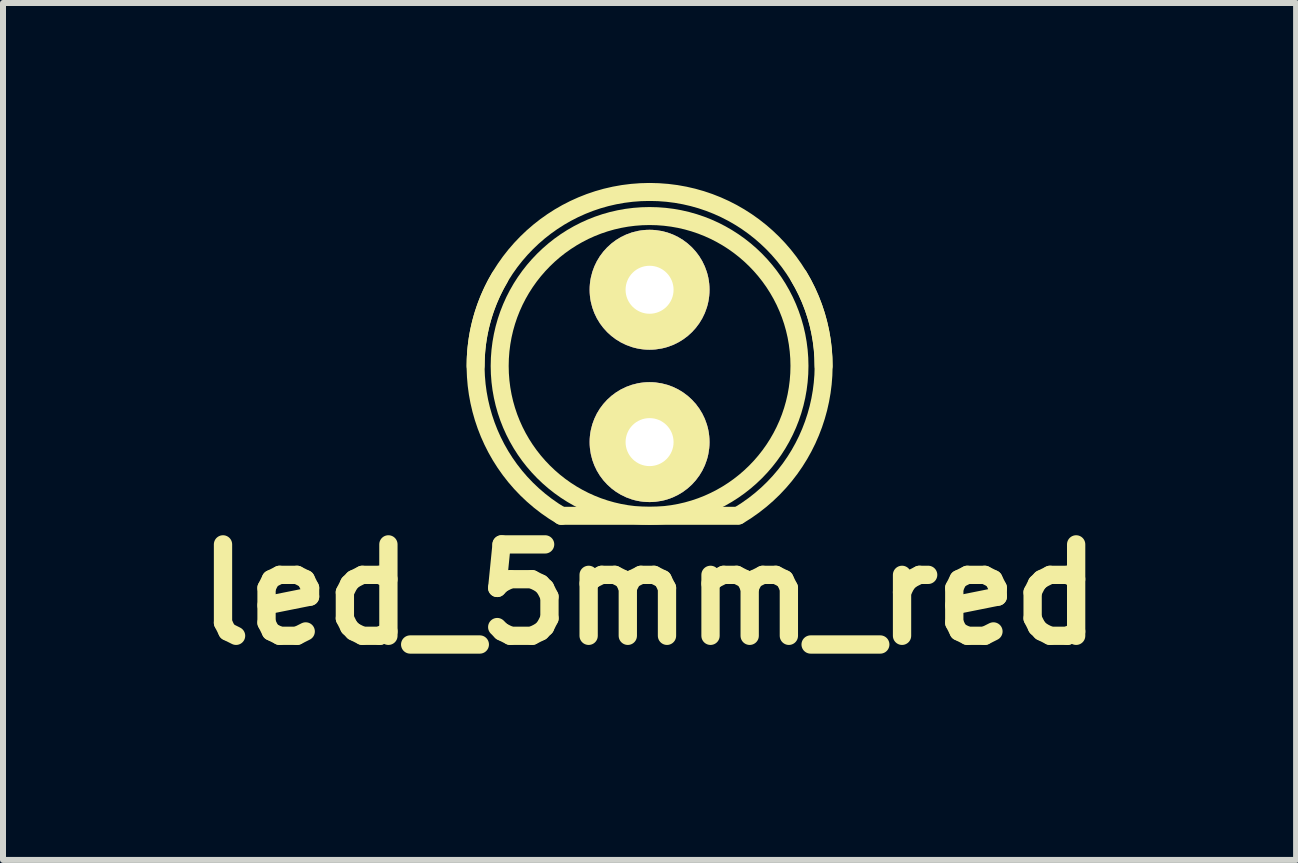
<source format=kicad_pcb>
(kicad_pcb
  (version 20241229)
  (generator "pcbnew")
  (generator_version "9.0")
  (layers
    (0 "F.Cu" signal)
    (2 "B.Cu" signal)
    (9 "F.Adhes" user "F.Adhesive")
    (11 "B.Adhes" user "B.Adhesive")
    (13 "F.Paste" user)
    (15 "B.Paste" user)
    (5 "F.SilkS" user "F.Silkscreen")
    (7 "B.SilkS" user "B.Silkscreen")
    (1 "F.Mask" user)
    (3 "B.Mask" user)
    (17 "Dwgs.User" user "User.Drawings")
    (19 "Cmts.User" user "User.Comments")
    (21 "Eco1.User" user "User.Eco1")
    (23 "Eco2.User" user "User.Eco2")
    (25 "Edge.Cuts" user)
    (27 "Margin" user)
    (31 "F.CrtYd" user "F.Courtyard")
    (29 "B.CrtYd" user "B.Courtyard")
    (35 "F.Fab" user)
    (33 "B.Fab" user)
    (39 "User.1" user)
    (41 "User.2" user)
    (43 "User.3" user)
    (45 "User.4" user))
  (footprint "led_5mm_red"
    (layer "F.Cu")
    (at 7.78 3.051)
    (property "Reference" "led_5mm_red" (at 0 3.81 0) (layer "F.SilkS") (effects (font (size 1.524 1.524) (thickness 0.305))))
    (attr through_hole)
    (fp_line (start -1.471 2.499) (end 1.471 2.499) (stroke (width 0.3) (type solid)) (layer "F.SilkS"))
    (fp_arc (start -2.90068 0) (mid -2.05109 -2.05109) (end 0 -2.90068) (stroke (width 0.29972) (type solid)) (layer "F.SilkS"))
    (fp_arc (start -1.47066 2.49936) (mid -2.807228 0.727401) (end -2.49936 -1.47066) (stroke (width 0.29972) (type solid)) (layer "F.SilkS"))
    (fp_arc (start 0 -2.90068) (mid 2.05109 -2.05109) (end 2.90068 0) (stroke (width 0.29972) (type solid)) (layer "F.SilkS"))
    (fp_arc (start 2.4892 -1.49098) (mid 2.814412 0.705848) (end 1.49098 2.4892) (stroke (width 0.29972) (type solid)) (layer "F.SilkS"))
    (fp_circle (center 0 0) (end -2.499 0) (stroke (width 0.3) (type solid)) (fill no) (layer "F.SilkS"))
    (pad "1" thru_hole circle (at 0 -1.27) (size 1.999 1.999) (drill 0.8) (layers "*.Cu" "*.Mask" "F.SilkS"))
    (pad "2" thru_hole circle (at 0 1.27) (size 1.999 1.999) (drill 0.8) (layers "*.Cu" "*.Mask" "F.SilkS")))
  (gr_rect
    (start -3 -3)
    (end 18.559 11.287)
    (stroke (width 0.1) (type default))
    (fill no)
    (layer "Edge.Cuts")))
</source>
